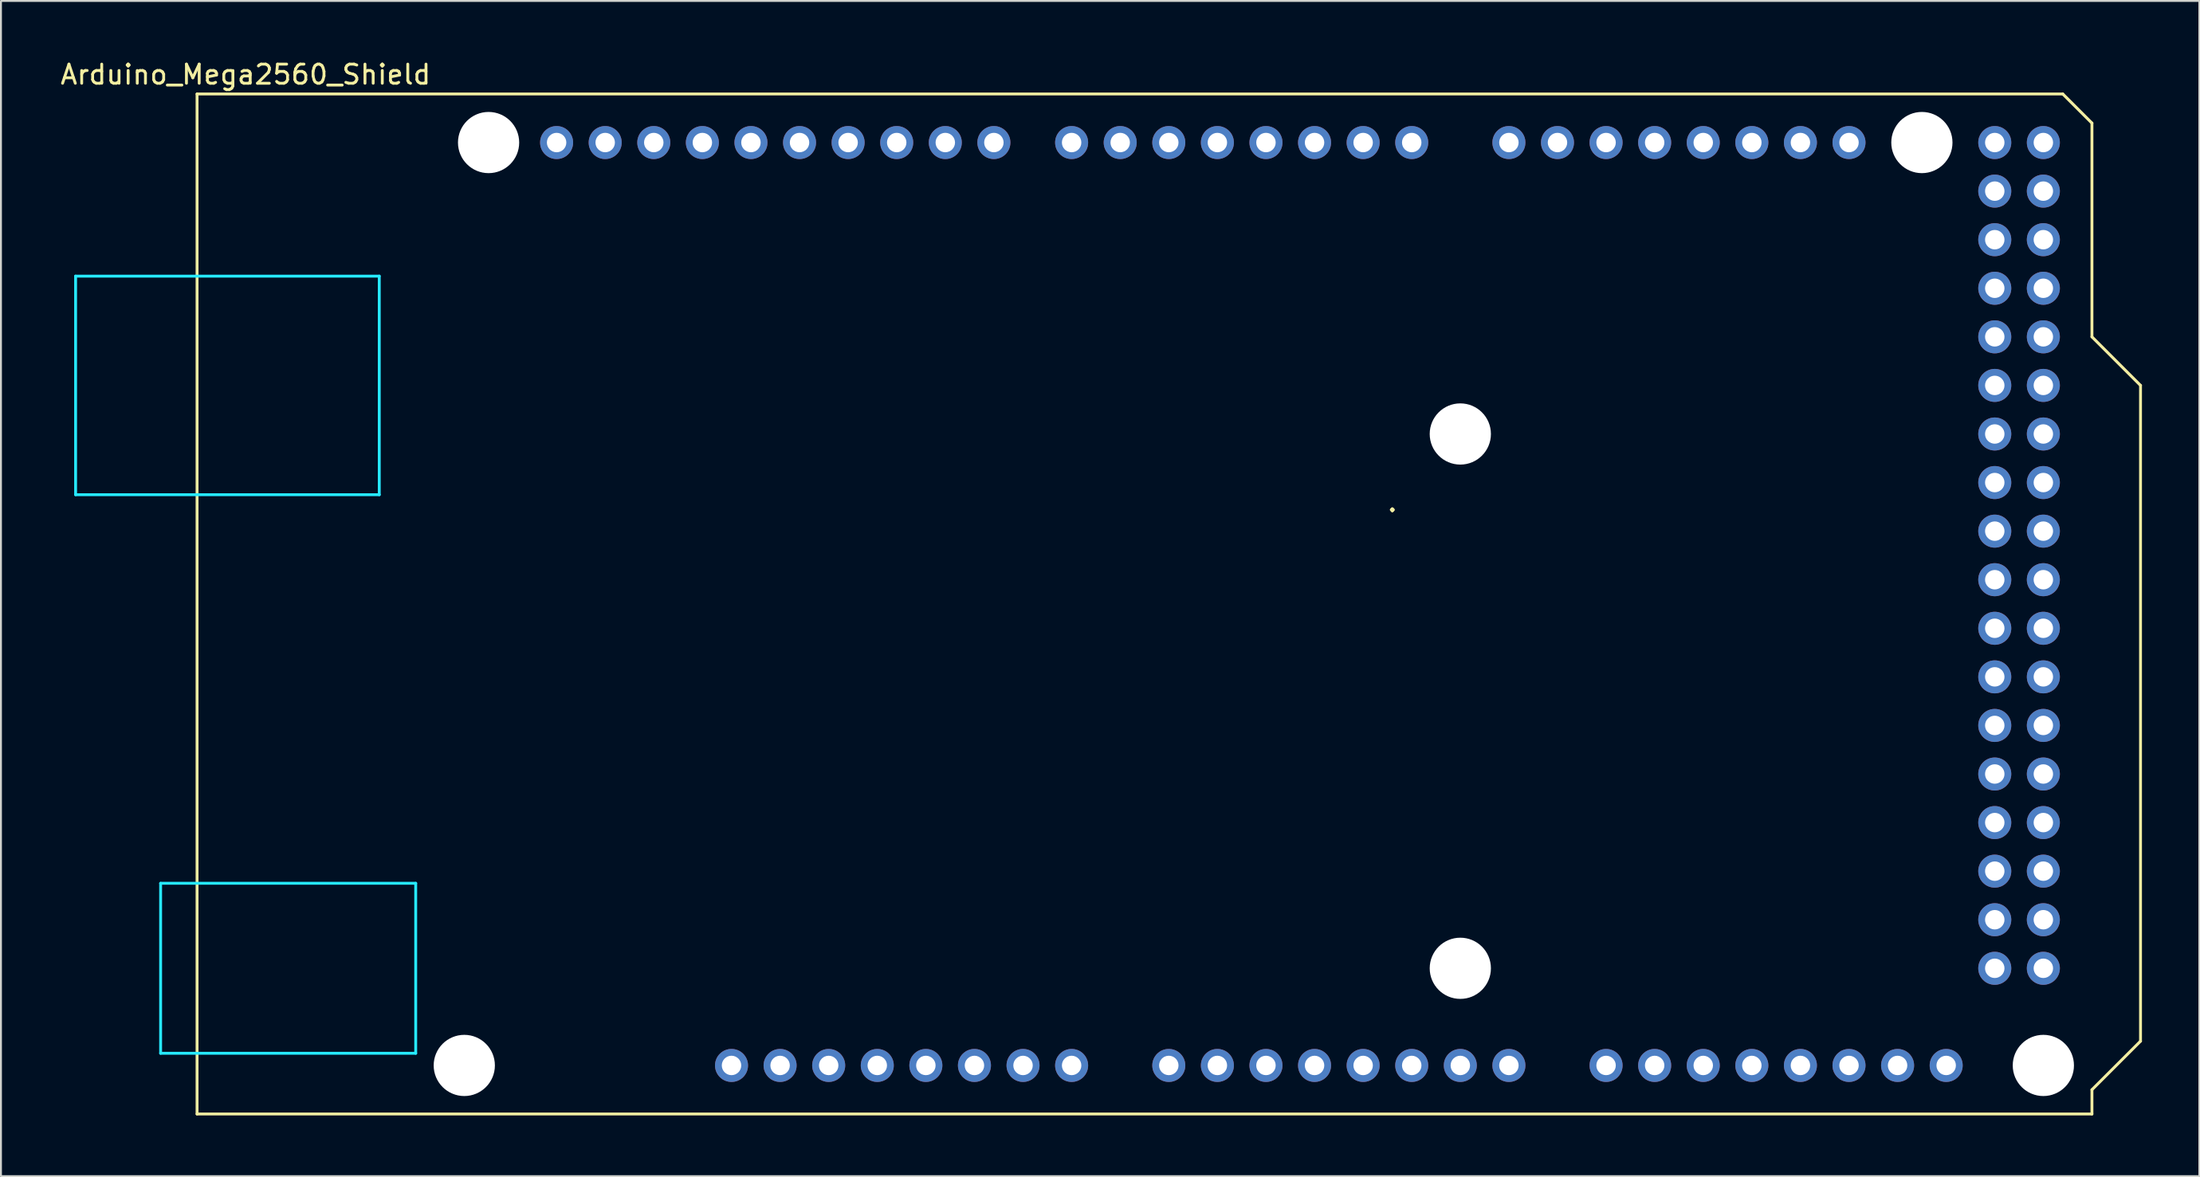
<source format=kicad_pcb>
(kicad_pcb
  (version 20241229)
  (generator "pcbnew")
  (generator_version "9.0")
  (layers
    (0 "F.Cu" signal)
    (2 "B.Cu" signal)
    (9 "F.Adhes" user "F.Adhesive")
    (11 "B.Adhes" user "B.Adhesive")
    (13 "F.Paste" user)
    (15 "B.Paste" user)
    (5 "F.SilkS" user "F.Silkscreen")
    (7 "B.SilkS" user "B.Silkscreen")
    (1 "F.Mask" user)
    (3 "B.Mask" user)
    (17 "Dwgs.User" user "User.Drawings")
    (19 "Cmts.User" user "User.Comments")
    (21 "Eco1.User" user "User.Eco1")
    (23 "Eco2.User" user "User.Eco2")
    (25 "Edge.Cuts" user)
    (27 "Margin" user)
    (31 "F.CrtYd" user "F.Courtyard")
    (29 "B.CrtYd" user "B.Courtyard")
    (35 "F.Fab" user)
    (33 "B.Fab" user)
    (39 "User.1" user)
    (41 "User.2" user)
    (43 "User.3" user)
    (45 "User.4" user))
  (footprint "Arduino_Mega2560_Shield"
    (layer "F.Cu")
    (at 7.252 55.204)
    (property "Reference" "Arduino_Mega2560_Shield" (at 2.54 -54.356 0) (layer "F.SilkS") (effects (font (size 1 1) (thickness 0.15))))
    (attr through_hole)
    (fp_line (start 0 -53.34) (end 0 0) (stroke (width 0.15) (type solid)) (layer "F.SilkS"))
    (fp_line (start 0 -53.34) (end 97.536 -53.34) (stroke (width 0.15) (type solid)) (layer "F.SilkS"))
    (fp_line (start 0 0) (end 99.06 0) (stroke (width 0.15) (type solid)) (layer "F.SilkS"))
    (fp_line (start 97.536 -53.34) (end 99.06 -51.816) (stroke (width 0.15) (type solid)) (layer "F.SilkS"))
    (fp_line (start 99.06 -40.64) (end 99.06 -51.816) (stroke (width 0.15) (type solid)) (layer "F.SilkS"))
    (fp_line (start 99.06 -1.27) (end 101.6 -3.81) (stroke (width 0.15) (type solid)) (layer "F.SilkS"))
    (fp_line (start 99.06 0) (end 99.06 -1.27) (stroke (width 0.15) (type solid)) (layer "F.SilkS"))
    (fp_line (start 101.6 -38.1) (end 99.06 -40.64) (stroke (width 0.15) (type solid)) (layer "F.SilkS"))
    (fp_line (start 101.6 -3.81) (end 101.6 -38.1) (stroke (width 0.15) (type solid)) (layer "F.SilkS"))
    (fp_line (start -6.35 -43.815) (end -6.35 -32.385) (stroke (width 0.15) (type solid)) (layer "B.CrtYd"))
    (fp_line (start -1.905 -12.065) (end -1.905 -3.175) (stroke (width 0.15) (type solid)) (layer "B.CrtYd"))
    (fp_line (start -1.905 -12.065) (end 11.43 -12.065) (stroke (width 0.15) (type solid)) (layer "B.CrtYd"))
    (fp_line (start -1.905 -3.175) (end 11.43 -3.175) (stroke (width 0.15) (type solid)) (layer "B.CrtYd"))
    (fp_line (start 9.525 -43.815) (end -6.35 -43.815) (stroke (width 0.15) (type solid)) (layer "B.CrtYd"))
    (fp_line (start 9.525 -43.815) (end 9.525 -32.385) (stroke (width 0.15) (type solid)) (layer "B.CrtYd"))
    (fp_line (start 9.525 -32.385) (end -6.35 -32.385) (stroke (width 0.15) (type solid)) (layer "B.CrtYd"))
    (fp_line (start 11.43 -12.065) (end 11.43 -3.175) (stroke (width 0.15) (type solid)) (layer "B.CrtYd"))
    (fp_text user "." (at 62.484 -32.004 0) (layer "F.SilkS") (effects (font (size 1 1) (thickness 0.15))))
    (pad "" np_thru_hole circle (at 13.97 -2.54) (size 3.2 3.2) (drill 3.2) (layers "*.Cu" "*.Mask"))
    (pad "" np_thru_hole circle (at 15.24 -50.8) (size 3.2 3.2) (drill 3.2) (layers "*.Cu" "*.Mask"))
    (pad "" thru_hole oval (at 27.94 -2.54) (size 1.727 1.727) (drill 1.016) (layers "*.Cu" "*.Mask"))
    (pad "" np_thru_hole circle (at 66.04 -35.56) (size 3.2 3.2) (drill 3.2) (layers "*.Cu" "*.Mask"))
    (pad "" np_thru_hole circle (at 66.04 -7.62) (size 3.2 3.2) (drill 3.2) (layers "*.Cu" "*.Mask"))
    (pad "" np_thru_hole circle (at 90.17 -50.8) (size 3.2 3.2) (drill 3.2) (layers "*.Cu" "*.Mask"))
    (pad "" np_thru_hole circle (at 96.52 -2.54) (size 3.2 3.2) (drill 3.2) (layers "*.Cu" "*.Mask"))
    (pad "3V3" thru_hole oval (at 35.56 -2.54) (size 1.727 1.727) (drill 1.016) (layers "*.Cu" "*.Mask"))
    (pad "5V1" thru_hole oval (at 38.1 -2.54) (size 1.727 1.727) (drill 1.016) (layers "*.Cu" "*.Mask"))
    (pad "5V3" thru_hole oval (at 93.98 -50.8) (size 1.727 1.727) (drill 1.016) (layers "*.Cu" "*.Mask"))
    (pad "5V4" thru_hole oval (at 96.52 -50.8) (size 1.727 1.727) (drill 1.016) (layers "*.Cu" "*.Mask"))
    (pad "A0" thru_hole oval (at 50.8 -2.54) (size 1.727 1.727) (drill 1.016) (layers "*.Cu" "*.Mask"))
    (pad "A1" thru_hole oval (at 53.34 -2.54) (size 1.727 1.727) (drill 1.016) (layers "*.Cu" "*.Mask"))
    (pad "A2" thru_hole oval (at 55.88 -2.54) (size 1.727 1.727) (drill 1.016) (layers "*.Cu" "*.Mask"))
    (pad "A3" thru_hole oval (at 58.42 -2.54) (size 1.727 1.727) (drill 1.016) (layers "*.Cu" "*.Mask"))
    (pad "A4" thru_hole oval (at 60.96 -2.54) (size 1.727 1.727) (drill 1.016) (layers "*.Cu" "*.Mask"))
    (pad "A5" thru_hole oval (at 63.5 -2.54) (size 1.727 1.727) (drill 1.016) (layers "*.Cu" "*.Mask"))
    (pad "A6" thru_hole oval (at 66.04 -2.54) (size 1.727 1.727) (drill 1.016) (layers "*.Cu" "*.Mask"))
    (pad "A7" thru_hole oval (at 68.58 -2.54) (size 1.727 1.727) (drill 1.016) (layers "*.Cu" "*.Mask"))
    (pad "A8" thru_hole oval (at 73.66 -2.54) (size 1.727 1.727) (drill 1.016) (layers "*.Cu" "*.Mask"))
    (pad "A9" thru_hole oval (at 76.2 -2.54) (size 1.727 1.727) (drill 1.016) (layers "*.Cu" "*.Mask"))
    (pad "A10" thru_hole oval (at 78.74 -2.54) (size 1.727 1.727) (drill 1.016) (layers "*.Cu" "*.Mask"))
    (pad "A11" thru_hole oval (at 81.28 -2.54) (size 1.727 1.727) (drill 1.016) (layers "*.Cu" "*.Mask"))
    (pad "A12" thru_hole oval (at 83.82 -2.54) (size 1.727 1.727) (drill 1.016) (layers "*.Cu" "*.Mask"))
    (pad "A13" thru_hole oval (at 86.36 -2.54) (size 1.727 1.727) (drill 1.016) (layers "*.Cu" "*.Mask"))
    (pad "A14" thru_hole oval (at 88.9 -2.54) (size 1.727 1.727) (drill 1.016) (layers "*.Cu" "*.Mask"))
    (pad "A15" thru_hole oval (at 91.44 -2.54) (size 1.727 1.727) (drill 1.016) (layers "*.Cu" "*.Mask"))
    (pad "AREF" thru_hole oval (at 23.876 -50.8) (size 1.727 1.727) (drill 1.016) (layers "*.Cu" "*.Mask"))
    (pad "D0" thru_hole oval (at 63.5 -50.8) (size 1.727 1.727) (drill 1.016) (layers "*.Cu" "*.Mask"))
    (pad "D1" thru_hole oval (at 60.96 -50.8) (size 1.727 1.727) (drill 1.016) (layers "*.Cu" "*.Mask"))
    (pad "D2" thru_hole oval (at 58.42 -50.8) (size 1.727 1.727) (drill 1.016) (layers "*.Cu" "*.Mask"))
    (pad "D3" thru_hole oval (at 55.88 -50.8) (size 1.727 1.727) (drill 1.016) (layers "*.Cu" "*.Mask"))
    (pad "D4" thru_hole oval (at 53.34 -50.8) (size 1.727 1.727) (drill 1.016) (layers "*.Cu" "*.Mask"))
    (pad "D5" thru_hole oval (at 50.8 -50.8) (size 1.727 1.727) (drill 1.016) (layers "*.Cu" "*.Mask"))
    (pad "D6" thru_hole oval (at 48.26 -50.8) (size 1.727 1.727) (drill 1.016) (layers "*.Cu" "*.Mask"))
    (pad "D7" thru_hole oval (at 45.72 -50.8) (size 1.727 1.727) (drill 1.016) (layers "*.Cu" "*.Mask"))
    (pad "D8" thru_hole oval (at 41.656 -50.8) (size 1.727 1.727) (drill 1.016) (layers "*.Cu" "*.Mask"))
    (pad "D9" thru_hole oval (at 39.116 -50.8) (size 1.727 1.727) (drill 1.016) (layers "*.Cu" "*.Mask"))
    (pad "D10" thru_hole oval (at 36.576 -50.8) (size 1.727 1.727) (drill 1.016) (layers "*.Cu" "*.Mask"))
    (pad "D11" thru_hole oval (at 34.036 -50.8) (size 1.727 1.727) (drill 1.016) (layers "*.Cu" "*.Mask"))
    (pad "D12" thru_hole oval (at 31.496 -50.8) (size 1.727 1.727) (drill 1.016) (layers "*.Cu" "*.Mask"))
    (pad "D13" thru_hole oval (at 28.956 -50.8) (size 1.727 1.727) (drill 1.016) (layers "*.Cu" "*.Mask"))
    (pad "D14" thru_hole oval (at 68.58 -50.8) (size 1.727 1.727) (drill 1.016) (layers "*.Cu" "*.Mask"))
    (pad "D15" thru_hole oval (at 71.12 -50.8) (size 1.727 1.727) (drill 1.016) (layers "*.Cu" "*.Mask"))
    (pad "D16" thru_hole oval (at 73.66 -50.8) (size 1.727 1.727) (drill 1.016) (layers "*.Cu" "*.Mask"))
    (pad "D17" thru_hole oval (at 76.2 -50.8) (size 1.727 1.727) (drill 1.016) (layers "*.Cu" "*.Mask"))
    (pad "D18" thru_hole oval (at 78.74 -50.8) (size 1.727 1.727) (drill 1.016) (layers "*.Cu" "*.Mask"))
    (pad "D19" thru_hole oval (at 81.28 -50.8) (size 1.727 1.727) (drill 1.016) (layers "*.Cu" "*.Mask"))
    (pad "D20" thru_hole oval (at 83.82 -50.8) (size 1.727 1.727) (drill 1.016) (layers "*.Cu" "*.Mask"))
    (pad "D21" thru_hole oval (at 86.36 -50.8) (size 1.727 1.727) (drill 1.016) (layers "*.Cu" "*.Mask"))
    (pad "D22" thru_hole oval (at 93.98 -48.26) (size 1.727 1.727) (drill 1.016) (layers "*.Cu" "*.Mask"))
    (pad "D23" thru_hole oval (at 96.52 -48.26) (size 1.727 1.727) (drill 1.016) (layers "*.Cu" "*.Mask"))
    (pad "D24" thru_hole oval (at 93.98 -45.72) (size 1.727 1.727) (drill 1.016) (layers "*.Cu" "*.Mask"))
    (pad "D25" thru_hole oval (at 96.52 -45.72) (size 1.727 1.727) (drill 1.016) (layers "*.Cu" "*.Mask"))
    (pad "D26" thru_hole oval (at 93.98 -43.18) (size 1.727 1.727) (drill 1.016) (layers "*.Cu" "*.Mask"))
    (pad "D27" thru_hole oval (at 96.52 -43.18) (size 1.727 1.727) (drill 1.016) (layers "*.Cu" "*.Mask"))
    (pad "D28" thru_hole oval (at 93.98 -40.64) (size 1.727 1.727) (drill 1.016) (layers "*.Cu" "*.Mask"))
    (pad "D29" thru_hole oval (at 96.52 -40.64) (size 1.727 1.727) (drill 1.016) (layers "*.Cu" "*.Mask"))
    (pad "D30" thru_hole oval (at 93.98 -38.1) (size 1.727 1.727) (drill 1.016) (layers "*.Cu" "*.Mask"))
    (pad "D31" thru_hole oval (at 96.52 -38.1) (size 1.727 1.727) (drill 1.016) (layers "*.Cu" "*.Mask"))
    (pad "D32" thru_hole oval (at 93.98 -35.56) (size 1.727 1.727) (drill 1.016) (layers "*.Cu" "*.Mask"))
    (pad "D33" thru_hole oval (at 96.52 -35.56) (size 1.727 1.727) (drill 1.016) (layers "*.Cu" "*.Mask"))
    (pad "D34" thru_hole oval (at 93.98 -33.02) (size 1.727 1.727) (drill 1.016) (layers "*.Cu" "*.Mask"))
    (pad "D35" thru_hole oval (at 96.52 -33.02) (size 1.727 1.727) (drill 1.016) (layers "*.Cu" "*.Mask"))
    (pad "D36" thru_hole oval (at 93.98 -30.48) (size 1.727 1.727) (drill 1.016) (layers "*.Cu" "*.Mask"))
    (pad "D37" thru_hole oval (at 96.52 -30.48) (size 1.727 1.727) (drill 1.016) (layers "*.Cu" "*.Mask"))
    (pad "D38" thru_hole oval (at 93.98 -27.94) (size 1.727 1.727) (drill 1.016) (layers "*.Cu" "*.Mask"))
    (pad "D39" thru_hole oval (at 96.52 -27.94) (size 1.727 1.727) (drill 1.016) (layers "*.Cu" "*.Mask"))
    (pad "D40" thru_hole oval (at 93.98 -25.4) (size 1.727 1.727) (drill 1.016) (layers "*.Cu" "*.Mask"))
    (pad "D41" thru_hole oval (at 96.52 -25.4) (size 1.727 1.727) (drill 1.016) (layers "*.Cu" "*.Mask"))
    (pad "D42" thru_hole oval (at 93.98 -22.86) (size 1.727 1.727) (drill 1.016) (layers "*.Cu" "*.Mask"))
    (pad "D43" thru_hole oval (at 96.52 -22.86) (size 1.727 1.727) (drill 1.016) (layers "*.Cu" "*.Mask"))
    (pad "D44" thru_hole oval (at 93.98 -20.32) (size 1.727 1.727) (drill 1.016) (layers "*.Cu" "*.Mask"))
    (pad "D45" thru_hole oval (at 96.52 -20.32) (size 1.727 1.727) (drill 1.016) (layers "*.Cu" "*.Mask"))
    (pad "D46" thru_hole oval (at 93.98 -17.78) (size 1.727 1.727) (drill 1.016) (layers "*.Cu" "*.Mask"))
    (pad "D47" thru_hole oval (at 96.52 -17.78) (size 1.727 1.727) (drill 1.016) (layers "*.Cu" "*.Mask"))
    (pad "D48" thru_hole oval (at 93.98 -15.24) (size 1.727 1.727) (drill 1.016) (layers "*.Cu" "*.Mask"))
    (pad "D49" thru_hole oval (at 96.52 -15.24) (size 1.727 1.727) (drill 1.016) (layers "*.Cu" "*.Mask"))
    (pad "D50" thru_hole oval (at 93.98 -12.7) (size 1.727 1.727) (drill 1.016) (layers "*.Cu" "*.Mask"))
    (pad "D51" thru_hole oval (at 96.52 -12.7) (size 1.727 1.727) (drill 1.016) (layers "*.Cu" "*.Mask"))
    (pad "D52" thru_hole oval (at 93.98 -10.16) (size 1.727 1.727) (drill 1.016) (layers "*.Cu" "*.Mask"))
    (pad "D53" thru_hole oval (at 96.52 -10.16) (size 1.727 1.727) (drill 1.016) (layers "*.Cu" "*.Mask"))
    (pad "GND1" thru_hole oval (at 26.416 -50.8) (size 1.727 1.727) (drill 1.016) (layers "*.Cu" "*.Mask"))
    (pad "GND2" thru_hole oval (at 40.64 -2.54) (size 1.727 1.727) (drill 1.016) (layers "*.Cu" "*.Mask"))
    (pad "GND3" thru_hole oval (at 43.18 -2.54) (size 1.727 1.727) (drill 1.016) (layers "*.Cu" "*.Mask"))
    (pad "GND5" thru_hole oval (at 93.98 -7.62) (size 1.727 1.727) (drill 1.016) (layers "*.Cu" "*.Mask"))
    (pad "GND6" thru_hole oval (at 96.52 -7.62) (size 1.727 1.727) (drill 1.016) (layers "*.Cu" "*.Mask"))
    (pad "IORF" thru_hole oval (at 30.48 -2.54) (size 1.727 1.727) (drill 1.016) (layers "*.Cu" "*.Mask"))
    (pad "RST1" thru_hole oval (at 33.02 -2.54) (size 1.727 1.727) (drill 1.016) (layers "*.Cu" "*.Mask"))
    (pad "SCL" thru_hole oval (at 18.796 -50.8) (size 1.727 1.727) (drill 1.016) (layers "*.Cu" "*.Mask"))
    (pad "SDA" thru_hole oval (at 21.336 -50.8) (size 1.727 1.727) (drill 1.016) (layers "*.Cu" "*.Mask"))
    (pad "VIN" thru_hole oval (at 45.72 -2.54) (size 1.727 1.727) (drill 1.016) (layers "*.Cu" "*.Mask")))
  (gr_rect
    (start -3 -3)
    (end 111.927 58.454)
    (stroke (width 0.1) (type default))
    (fill no)
    (layer "Edge.Cuts")))
</source>
